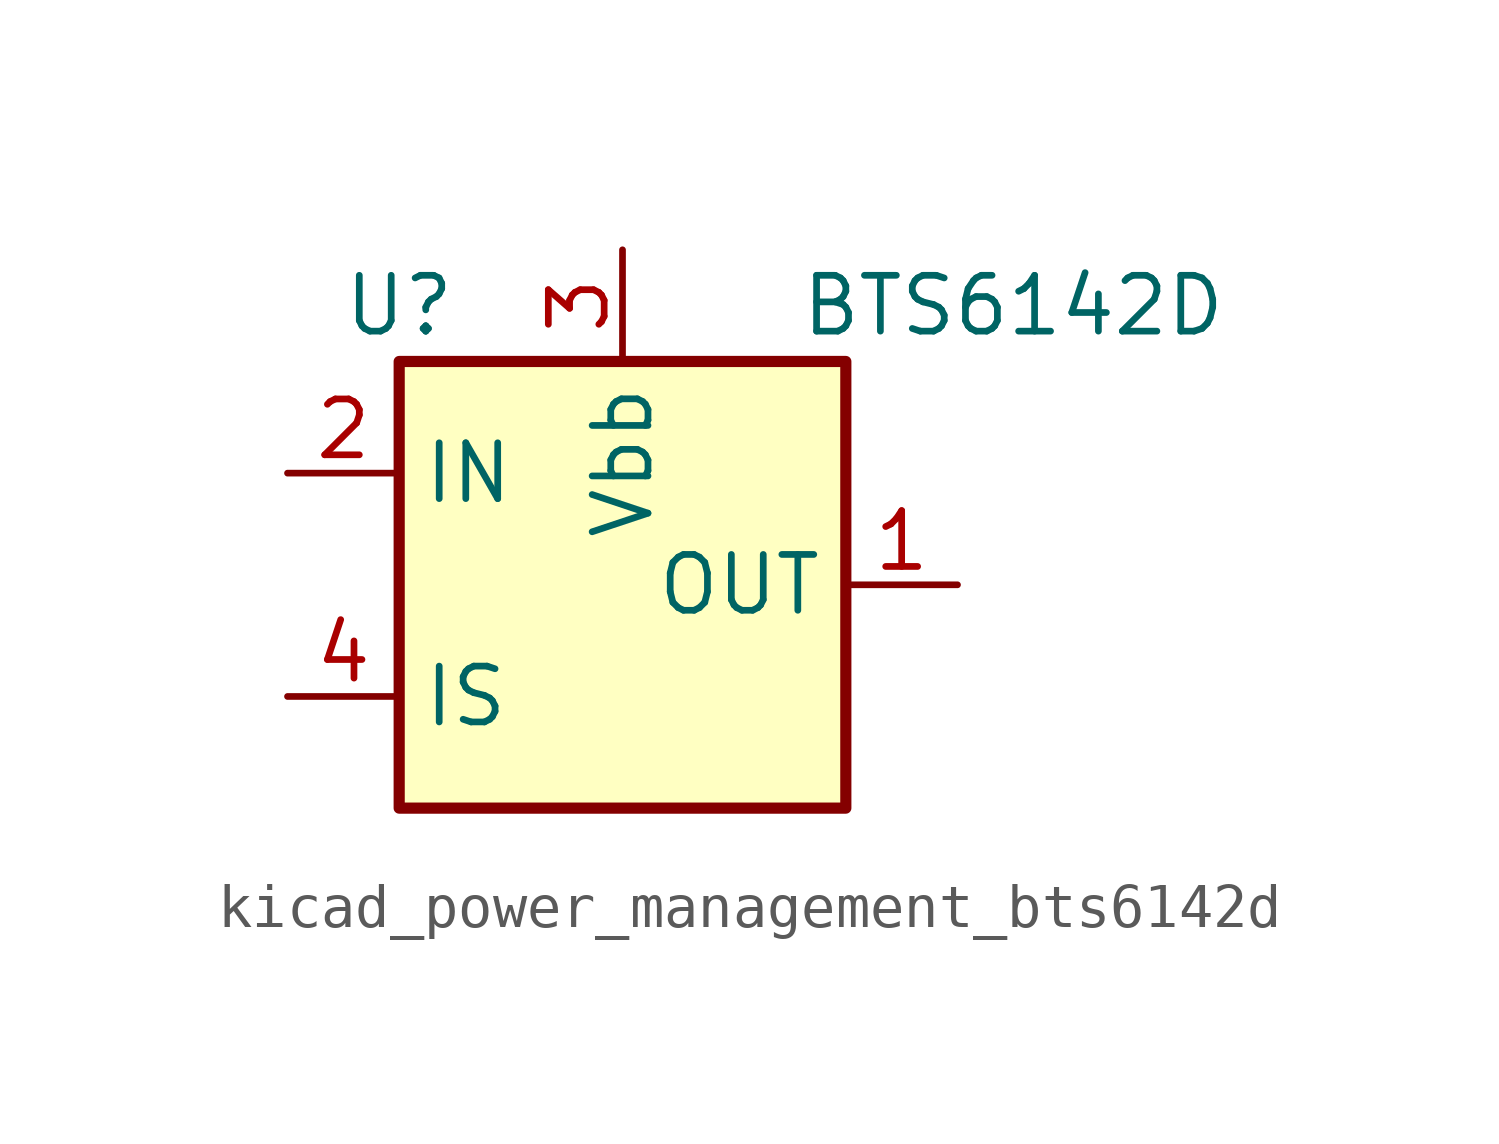
<source format=kicad_sym>
(kicad_symbol_lib
  (version 20220914)
  (generator kicad_symbol_editor)
  (symbol "kicad_power_management_bts6142d"
    (property "Reference" "U"
      (at -5.08 6.35 0)
      (effects (font (size 1.27 1.27))))
    (property "Value" "BTS6142D"
      (at 8.89 6.35 0)
      (effects (font (size 1.27 1.27))))
    (symbol "kicad_power_management_bts6142d_0_1"
      (rectangle (start -5.08 5.08) (end 5.08 -5.08) (stroke (width 0.254) (type default)) (fill (type background))))
    (symbol "kicad_power_management_bts6142d_1_1"
      (pin power_out line (at 7.62 0 180) (length 2.54) (name "OUT" (effects (font (size 1.27 1.27)))) (number "1" (effects (font (size 1.27 1.27)))))
      (pin input line (at -7.62 2.54 0) (length 2.54) (name "IN" (effects (font (size 1.27 1.27)))) (number "2" (effects (font (size 1.27 1.27)))))
      (pin power_in line (at 0 7.62 270) (length 2.54) (name "Vbb" (effects (font (size 1.27 1.27)))) (number "3" (effects (font (size 1.27 1.27)))))
      (pin output line (at -7.62 -2.54 0) (length 2.54) (name "IS" (effects (font (size 1.27 1.27)))) (number "4" (effects (font (size 1.27 1.27)))))
      (pin passive line (at 7.62 0 180) (length 2.54) hide (name "OUT" (effects (font (size 1.27 1.27)))) (number "5" (effects (font (size 1.27 1.27))))))))
</source>
